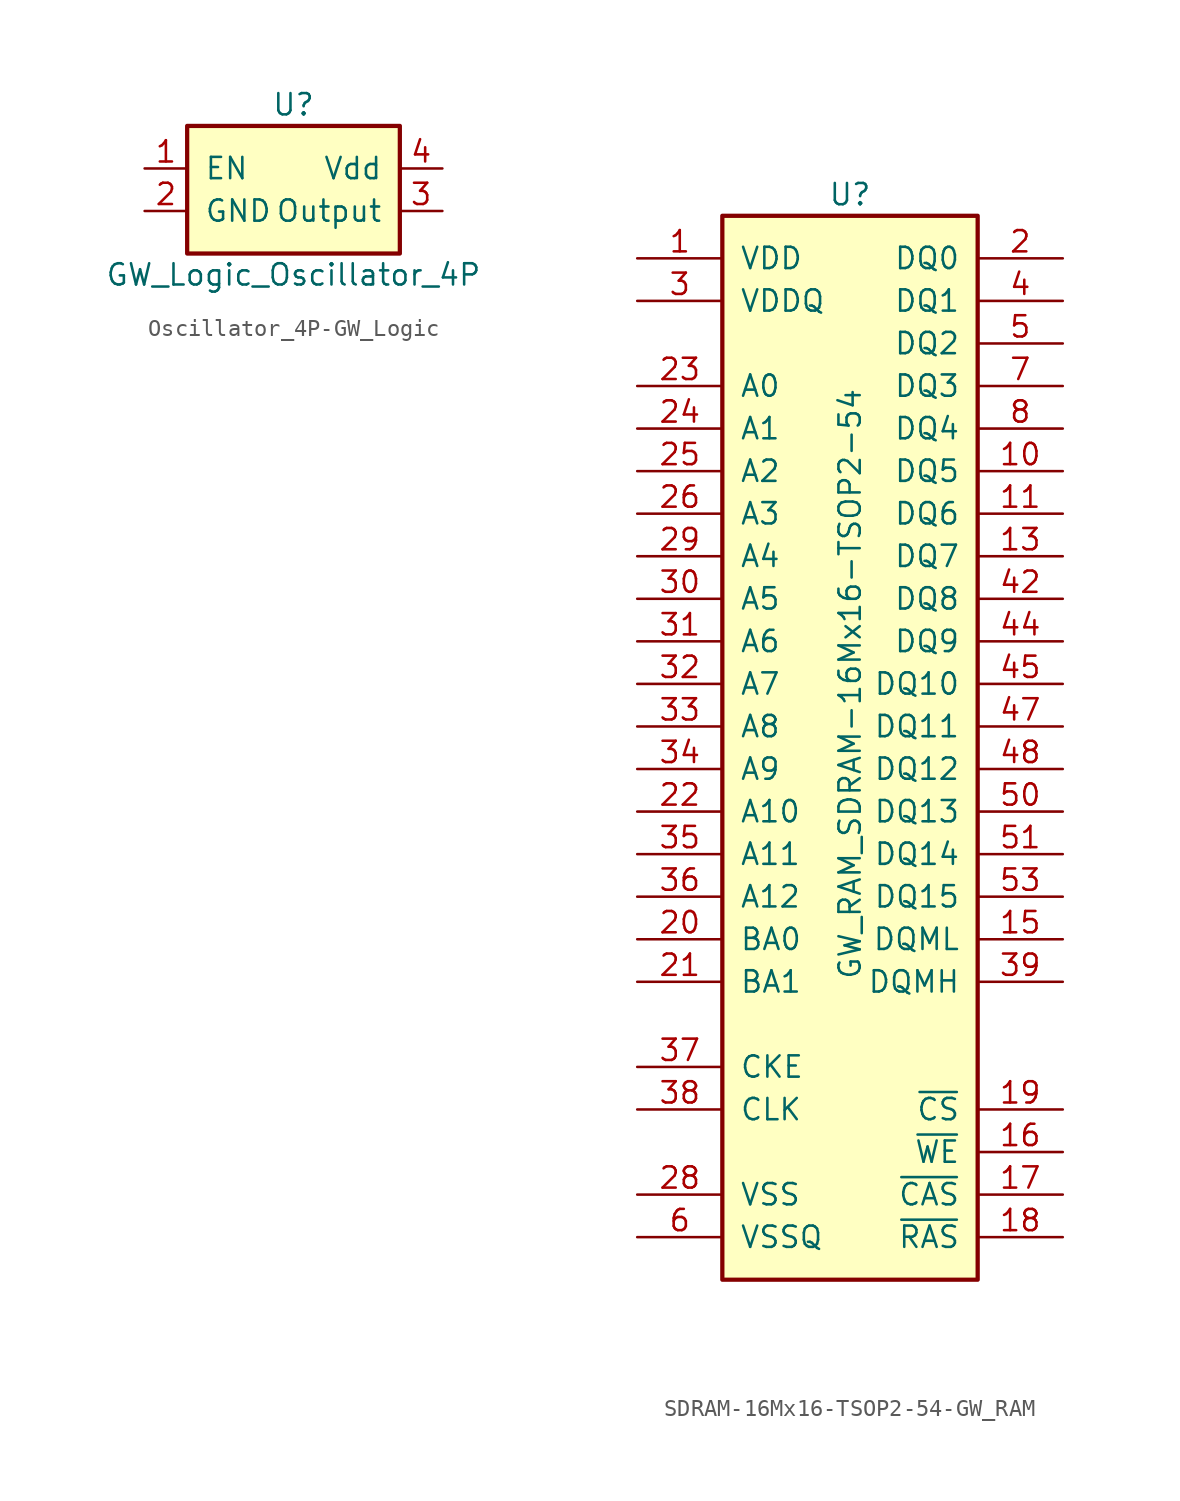
<source format=kicad_sym>
(kicad_symbol_lib
  (version 20220914)
  (generator kicad_symbol_editor)
  (symbol "Oscillator_4P-GW_Logic"
    (pin_names
      (offset 1.016))
    (property "Reference" "U"
      (at 0 6.35 0)
      (effects (font (size 1.27 1.27))))
    (property "Value" "GW_Logic_Oscillator_4P"
      (at 0 -3.81 0)
      (effects (font (size 1.27 1.27))))
    (symbol "Oscillator_4P-GW_Logic_0_1"
      (rectangle (start -6.35 5.08) (end 6.35 -2.54) (stroke (width 0.254) (type solid)) (fill (type background))))
    (symbol "Oscillator_4P-GW_Logic_1_1"
      (pin input line (at -8.89 2.54 0) (length 2.54) (name "EN" (effects (font (size 1.27 1.27)))) (number "1" (effects (font (size 1.27 1.27)))))
      (pin power_in line (at -8.89 0 0) (length 2.54) (name "GND" (effects (font (size 1.27 1.27)))) (number "2" (effects (font (size 1.27 1.27)))))
      (pin output line (at 8.89 0 180) (length 2.54) (name "Output" (effects (font (size 1.27 1.27)))) (number "3" (effects (font (size 1.27 1.27)))))
      (pin power_in line (at 8.89 2.54 180) (length 2.54) (name "Vdd" (effects (font (size 1.27 1.27)))) (number "4" (effects (font (size 1.27 1.27)))))))
  (symbol "SDRAM-16Mx16-TSOP2-54-GW_RAM"
    (pin_names
      (offset 1.016))
    (property "Reference" "U"
      (at 0 29.21 0)
      (effects (font (size 1.27 1.27))))
    (property "Value" "GW_RAM_SDRAM-16Mx16-TSOP2-54"
      (at 0 0 90)
      (effects (font (size 1.27 1.27))))
    (symbol "SDRAM-16Mx16-TSOP2-54-GW_RAM_0_1"
      (rectangle (start -7.62 27.94) (end 7.62 -35.56) (stroke (width 0.254) (type solid)) (fill (type background))))
    (symbol "SDRAM-16Mx16-TSOP2-54-GW_RAM_1_1"
      (pin power_in line (at -12.7 25.4 0) (length 5.08) (name "VDD" (effects (font (size 1.27 1.27)))) (number "1" (effects (font (size 1.27 1.27)))))
      (pin bidirectional line (at 12.7 12.7 180) (length 5.08) (name "DQ5" (effects (font (size 1.27 1.27)))) (number "10" (effects (font (size 1.27 1.27)))))
      (pin bidirectional line (at 12.7 10.16 180) (length 5.08) (name "DQ6" (effects (font (size 1.27 1.27)))) (number "11" (effects (font (size 1.27 1.27)))))
      (pin power_in line (at -12.7 -33.02 0) (length 5.08) hide (name "VSSQ" (effects (font (size 1.27 1.27)))) (number "12" (effects (font (size 1.27 1.27)))))
      (pin bidirectional line (at 12.7 7.62 180) (length 5.08) (name "DQ7" (effects (font (size 1.27 1.27)))) (number "13" (effects (font (size 1.27 1.27)))))
      (pin power_in line (at -12.7 25.4 0) (length 5.08) hide (name "VDD" (effects (font (size 1.27 1.27)))) (number "14" (effects (font (size 1.27 1.27)))))
      (pin input line (at 12.7 -15.24 180) (length 5.08) (name "DQML" (effects (font (size 1.27 1.27)))) (number "15" (effects (font (size 1.27 1.27)))))
      (pin input line (at 12.7 -27.94 180) (length 5.08) (name "~{WE}" (effects (font (size 1.27 1.27)))) (number "16" (effects (font (size 1.27 1.27)))))
      (pin input line (at 12.7 -30.48 180) (length 5.08) (name "~{CAS}" (effects (font (size 1.27 1.27)))) (number "17" (effects (font (size 1.27 1.27)))))
      (pin input line (at 12.7 -33.02 180) (length 5.08) (name "~{RAS}" (effects (font (size 1.27 1.27)))) (number "18" (effects (font (size 1.27 1.27)))))
      (pin input line (at 12.7 -25.4 180) (length 5.08) (name "~{CS}" (effects (font (size 1.27 1.27)))) (number "19" (effects (font (size 1.27 1.27)))))
      (pin bidirectional line (at 12.7 25.4 180) (length 5.08) (name "DQ0" (effects (font (size 1.27 1.27)))) (number "2" (effects (font (size 1.27 1.27)))))
      (pin input line (at -12.7 -15.24 0) (length 5.08) (name "BA0" (effects (font (size 1.27 1.27)))) (number "20" (effects (font (size 1.27 1.27)))))
      (pin input line (at -12.7 -17.78 0) (length 5.08) (name "BA1" (effects (font (size 1.27 1.27)))) (number "21" (effects (font (size 1.27 1.27)))))
      (pin input line (at -12.7 -7.62 0) (length 5.08) (name "A10" (effects (font (size 1.27 1.27)))) (number "22" (effects (font (size 1.27 1.27)))))
      (pin input line (at -12.7 17.78 0) (length 5.08) (name "A0" (effects (font (size 1.27 1.27)))) (number "23" (effects (font (size 1.27 1.27)))))
      (pin input line (at -12.7 15.24 0) (length 5.08) (name "A1" (effects (font (size 1.27 1.27)))) (number "24" (effects (font (size 1.27 1.27)))))
      (pin input line (at -12.7 12.7 0) (length 5.08) (name "A2" (effects (font (size 1.27 1.27)))) (number "25" (effects (font (size 1.27 1.27)))))
      (pin input line (at -12.7 10.16 0) (length 5.08) (name "A3" (effects (font (size 1.27 1.27)))) (number "26" (effects (font (size 1.27 1.27)))))
      (pin power_in line (at -12.7 25.4 0) (length 5.08) hide (name "VDD" (effects (font (size 1.27 1.27)))) (number "27" (effects (font (size 1.27 1.27)))))
      (pin power_in line (at -12.7 -30.48 0) (length 5.08) (name "VSS" (effects (font (size 1.27 1.27)))) (number "28" (effects (font (size 1.27 1.27)))))
      (pin input line (at -12.7 7.62 0) (length 5.08) (name "A4" (effects (font (size 1.27 1.27)))) (number "29" (effects (font (size 1.27 1.27)))))
      (pin power_in line (at -12.7 22.86 0) (length 5.08) (name "VDDQ" (effects (font (size 1.27 1.27)))) (number "3" (effects (font (size 1.27 1.27)))))
      (pin input line (at -12.7 5.08 0) (length 5.08) (name "A5" (effects (font (size 1.27 1.27)))) (number "30" (effects (font (size 1.27 1.27)))))
      (pin input line (at -12.7 2.54 0) (length 5.08) (name "A6" (effects (font (size 1.27 1.27)))) (number "31" (effects (font (size 1.27 1.27)))))
      (pin input line (at -12.7 0 0) (length 5.08) (name "A7" (effects (font (size 1.27 1.27)))) (number "32" (effects (font (size 1.27 1.27)))))
      (pin input line (at -12.7 -2.54 0) (length 5.08) (name "A8" (effects (font (size 1.27 1.27)))) (number "33" (effects (font (size 1.27 1.27)))))
      (pin input line (at -12.7 -5.08 0) (length 5.08) (name "A9" (effects (font (size 1.27 1.27)))) (number "34" (effects (font (size 1.27 1.27)))))
      (pin input line (at -12.7 -10.16 0) (length 5.08) (name "A11" (effects (font (size 1.27 1.27)))) (number "35" (effects (font (size 1.27 1.27)))))
      (pin input line (at -12.7 -12.7 0) (length 5.08) (name "A12" (effects (font (size 1.27 1.27)))) (number "36" (effects (font (size 1.27 1.27)))))
      (pin input line (at -12.7 -22.86 0) (length 5.08) (name "CKE" (effects (font (size 1.27 1.27)))) (number "37" (effects (font (size 1.27 1.27)))))
      (pin input line (at -12.7 -25.4 0) (length 5.08) (name "CLK" (effects (font (size 1.27 1.27)))) (number "38" (effects (font (size 1.27 1.27)))))
      (pin input line (at 12.7 -17.78 180) (length 5.08) (name "DQMH" (effects (font (size 1.27 1.27)))) (number "39" (effects (font (size 1.27 1.27)))))
      (pin bidirectional line (at 12.7 22.86 180) (length 5.08) (name "DQ1" (effects (font (size 1.27 1.27)))) (number "4" (effects (font (size 1.27 1.27)))))
      (pin power_in line (at -12.7 -30.48 0) (length 5.08) hide (name "VSS" (effects (font (size 1.27 1.27)))) (number "41" (effects (font (size 1.27 1.27)))))
      (pin bidirectional line (at 12.7 5.08 180) (length 5.08) (name "DQ8" (effects (font (size 1.27 1.27)))) (number "42" (effects (font (size 1.27 1.27)))))
      (pin power_in line (at -12.7 22.86 0) (length 5.08) hide (name "VDDQ" (effects (font (size 1.27 1.27)))) (number "43" (effects (font (size 1.27 1.27)))))
      (pin bidirectional line (at 12.7 2.54 180) (length 5.08) (name "DQ9" (effects (font (size 1.27 1.27)))) (number "44" (effects (font (size 1.27 1.27)))))
      (pin bidirectional line (at 12.7 0 180) (length 5.08) (name "DQ10" (effects (font (size 1.27 1.27)))) (number "45" (effects (font (size 1.27 1.27)))))
      (pin power_in line (at -12.7 -33.02 0) (length 5.08) hide (name "VSSQ" (effects (font (size 1.27 1.27)))) (number "46" (effects (font (size 1.27 1.27)))))
      (pin bidirectional line (at 12.7 -2.54 180) (length 5.08) (name "DQ11" (effects (font (size 1.27 1.27)))) (number "47" (effects (font (size 1.27 1.27)))))
      (pin bidirectional line (at 12.7 -5.08 180) (length 5.08) (name "DQ12" (effects (font (size 1.27 1.27)))) (number "48" (effects (font (size 1.27 1.27)))))
      (pin power_in line (at -12.7 22.86 0) (length 5.08) hide (name "VDDQ" (effects (font (size 1.27 1.27)))) (number "49" (effects (font (size 1.27 1.27)))))
      (pin bidirectional line (at 12.7 20.32 180) (length 5.08) (name "DQ2" (effects (font (size 1.27 1.27)))) (number "5" (effects (font (size 1.27 1.27)))))
      (pin bidirectional line (at 12.7 -7.62 180) (length 5.08) (name "DQ13" (effects (font (size 1.27 1.27)))) (number "50" (effects (font (size 1.27 1.27)))))
      (pin bidirectional line (at 12.7 -10.16 180) (length 5.08) (name "DQ14" (effects (font (size 1.27 1.27)))) (number "51" (effects (font (size 1.27 1.27)))))
      (pin power_in line (at -12.7 -33.02 0) (length 5.08) hide (name "VSSQ" (effects (font (size 1.27 1.27)))) (number "52" (effects (font (size 1.27 1.27)))))
      (pin bidirectional line (at 12.7 -12.7 180) (length 5.08) (name "DQ15" (effects (font (size 1.27 1.27)))) (number "53" (effects (font (size 1.27 1.27)))))
      (pin power_in line (at -12.7 -30.48 0) (length 5.08) hide (name "VSS" (effects (font (size 1.27 1.27)))) (number "54" (effects (font (size 1.27 1.27)))))
      (pin power_in line (at -12.7 -33.02 0) (length 5.08) (name "VSSQ" (effects (font (size 1.27 1.27)))) (number "6" (effects (font (size 1.27 1.27)))))
      (pin bidirectional line (at 12.7 17.78 180) (length 5.08) (name "DQ3" (effects (font (size 1.27 1.27)))) (number "7" (effects (font (size 1.27 1.27)))))
      (pin bidirectional line (at 12.7 15.24 180) (length 5.08) (name "DQ4" (effects (font (size 1.27 1.27)))) (number "8" (effects (font (size 1.27 1.27)))))
      (pin power_in line (at -12.7 22.86 0) (length 5.08) hide (name "VDDQ" (effects (font (size 1.27 1.27)))) (number "9" (effects (font (size 1.27 1.27))))))))
</source>
